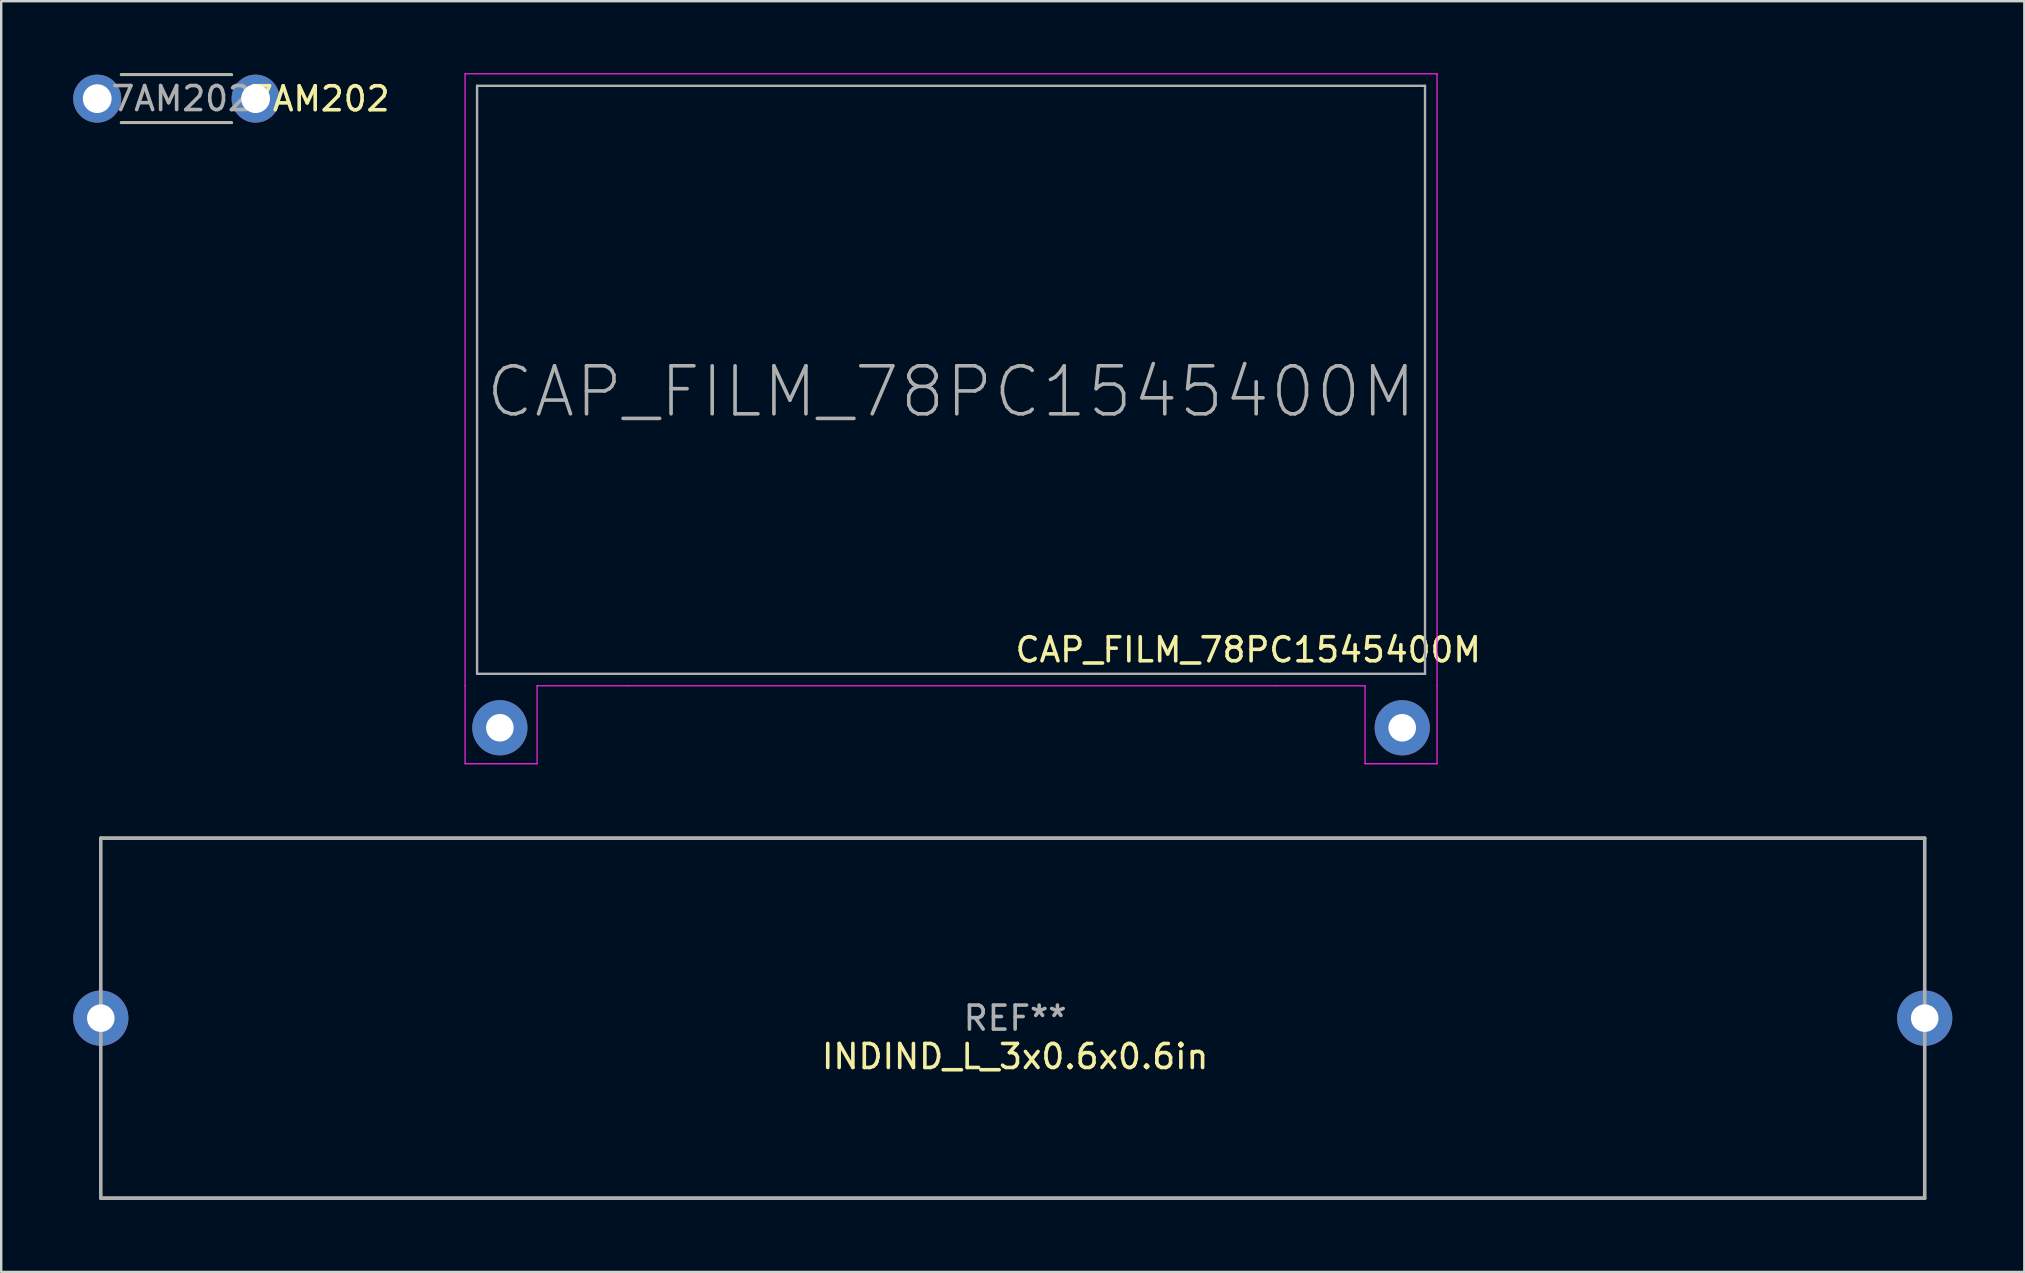
<source format=kicad_pcb>
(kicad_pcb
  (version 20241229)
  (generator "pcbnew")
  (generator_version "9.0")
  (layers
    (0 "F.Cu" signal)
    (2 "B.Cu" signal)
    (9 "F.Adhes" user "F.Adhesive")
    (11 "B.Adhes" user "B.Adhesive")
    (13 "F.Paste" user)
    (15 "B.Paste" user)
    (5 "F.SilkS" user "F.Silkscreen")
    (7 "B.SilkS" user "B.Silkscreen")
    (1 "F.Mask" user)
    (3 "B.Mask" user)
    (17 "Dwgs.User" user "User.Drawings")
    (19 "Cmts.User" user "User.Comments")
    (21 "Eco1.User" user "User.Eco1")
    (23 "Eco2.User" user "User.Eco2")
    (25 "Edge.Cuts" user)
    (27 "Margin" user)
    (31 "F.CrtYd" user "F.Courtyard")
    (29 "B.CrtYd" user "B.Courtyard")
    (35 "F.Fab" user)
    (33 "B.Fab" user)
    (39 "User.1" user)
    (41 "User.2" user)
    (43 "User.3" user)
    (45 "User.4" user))
  (footprint "CAP_FILM_78PC1545400M"
    (layer "F.Cu")
    (at 21.579 27.275)
    (property "Reference" "CAP_FILM_78PC1545400M" (at 27.384 -3.248 0) (layer "F.SilkS") (effects (font (size 1 1) (thickness 0.15))))
    (attr through_hole)
    (fp_line (start -5.25 -27.25) (end -5.25 -1.75) (stroke (width 0.05) (type solid)) (layer "F.CrtYd"))
    (fp_line (start -5.25 -1.75) (end -5.25 1.5) (stroke (width 0.05) (type solid)) (layer "F.CrtYd"))
    (fp_line (start -5.25 1.5) (end -2.25 1.5) (stroke (width 0.05) (type solid)) (layer "F.CrtYd"))
    (fp_line (start -2.25 -1.75) (end 1.5 -1.75) (stroke (width 0.05) (type solid)) (layer "F.CrtYd"))
    (fp_line (start -2.25 1.5) (end -2.25 -1.75) (stroke (width 0.05) (type solid)) (layer "F.CrtYd"))
    (fp_line (start 1.5 -1.75) (end 28.5 -1.75) (stroke (width 0.05) (type solid)) (layer "F.CrtYd"))
    (fp_line (start 28.5 -1.75) (end 32.25 -1.75) (stroke (width 0.05) (type solid)) (layer "F.CrtYd"))
    (fp_line (start 32.25 -1.75) (end 32.25 1.5) (stroke (width 0.05) (type solid)) (layer "F.CrtYd"))
    (fp_line (start 32.25 1.5) (end 35.25 1.5) (stroke (width 0.05) (type solid)) (layer "F.CrtYd"))
    (fp_line (start 35.25 -27.25) (end -5.25 -27.25) (stroke (width 0.05) (type solid)) (layer "F.CrtYd"))
    (fp_line (start 35.25 -1.75) (end 35.25 -27.25) (stroke (width 0.05) (type solid)) (layer "F.CrtYd"))
    (fp_line (start 35.25 1.5) (end 35.25 -1.75) (stroke (width 0.05) (type solid)) (layer "F.CrtYd"))
    (fp_line (start -4.75 -26.75) (end -4.75 -2.25) (stroke (width 0.1) (type solid)) (layer "F.Fab"))
    (fp_line (start -4.75 -2.25) (end 34.75 -2.25) (stroke (width 0.1) (type solid)) (layer "F.Fab"))
    (fp_line (start 34.75 -26.75) (end -4.75 -26.75) (stroke (width 0.1) (type solid)) (layer "F.Fab"))
    (fp_line (start 34.75 -2.25) (end 34.75 -26.75) (stroke (width 0.1) (type solid)) (layer "F.Fab"))
    (fp_text user "${REFERENCE}" (at 15 -14 0) (layer "F.Fab") (effects (font (size 2 2) (thickness 0.15))))
    (pad "1" thru_hole circle (at -3.8 0) (size 2.3 2.3) (drill 1.15) (layers "*.Cu" "*.Mask"))
    (pad "2" thru_hole circle (at 33.8 0) (size 2.3 2.3) (drill 1.15) (layers "*.Cu" "*.Mask")))
  (footprint "INDIND_L_3x0.6x0.6in"
    (layer "F.Cu")
    (at 1.15 39.375)
    (property "Reference" "INDIND_L_3x0.6x0.6in" (at 38.1 1.6 0) (layer "F.SilkS") (effects (font (size 1 1) (thickness 0.15))))
    (attr through_hole)
    (fp_line (start 0 -7.5) (end 76 -7.5) (stroke (width 0.12) (type solid)) (layer "F.SilkS"))
    (fp_line (start 0 7.5) (end 76 7.5) (stroke (width 0.12) (type solid)) (layer "F.SilkS"))
    (fp_line (start 0 -7.5) (end 76 -7.5) (stroke (width 0.15) (type solid)) (layer "F.Fab"))
    (fp_line (start 0 7.5) (end 0 -7.5) (stroke (width 0.15) (type solid)) (layer "F.Fab"))
    (fp_line (start 76 -7.5) (end 76 7.5) (stroke (width 0.15) (type solid)) (layer "F.Fab"))
    (fp_line (start 76 7.5) (end 0 7.5) (stroke (width 0.15) (type solid)) (layer "F.Fab"))
    (fp_text user "REF**" (at 38.1 0 0) (layer "F.Fab") (effects (font (size 1 1) (thickness 0.15))))
    (pad "1" thru_hole circle (at 0 0) (size 2.3 2.3) (drill 1.15) (layers "*.Cu" "*.Mask"))
    (pad "2" thru_hole circle (at 76 0) (size 2.3 2.3) (drill 1.15) (layers "*.Cu" "*.Mask")))
  (footprint "7AM202"
    (layer "F.Cu")
    (at 1 1.06)
    (property "Reference" "7AM202" (at 9.274 0.008 0) (layer "F.SilkS") (effects (font (size 1 1) (thickness 0.15))))
    (attr through_hole)
    (fp_line (start 1 -1) (end 5.6 -1) (stroke (width 0.12) (type solid)) (layer "F.SilkS"))
    (fp_line (start 1 1) (end 5.6 1) (stroke (width 0.12) (type solid)) (layer "F.SilkS"))
    (fp_line (start 5.6 -1) (end 1 -1) (stroke (width 0.1) (type solid)) (layer "F.Fab"))
    (fp_line (start 5.6 1) (end 1 1) (stroke (width 0.1) (type solid)) (layer "F.Fab"))
    (fp_text user "${REFERENCE}" (at 3.5 0 0) (layer "F.Fab") (effects (font (size 1 1) (thickness 0.15))))
    (pad "1" thru_hole circle (at 0 0) (size 2 2) (drill 1.2) (layers "*.Cu" "*.Mask"))
    (pad "2" thru_hole circle (at 6.6 0) (size 2 2) (drill 1.2) (layers "*.Cu" "*.Mask")))
  (gr_rect
    (start -3 -3)
    (end 81.3 49.95)
    (stroke (width 0.1) (type default))
    (fill no)
    (layer "Edge.Cuts")))
</source>
